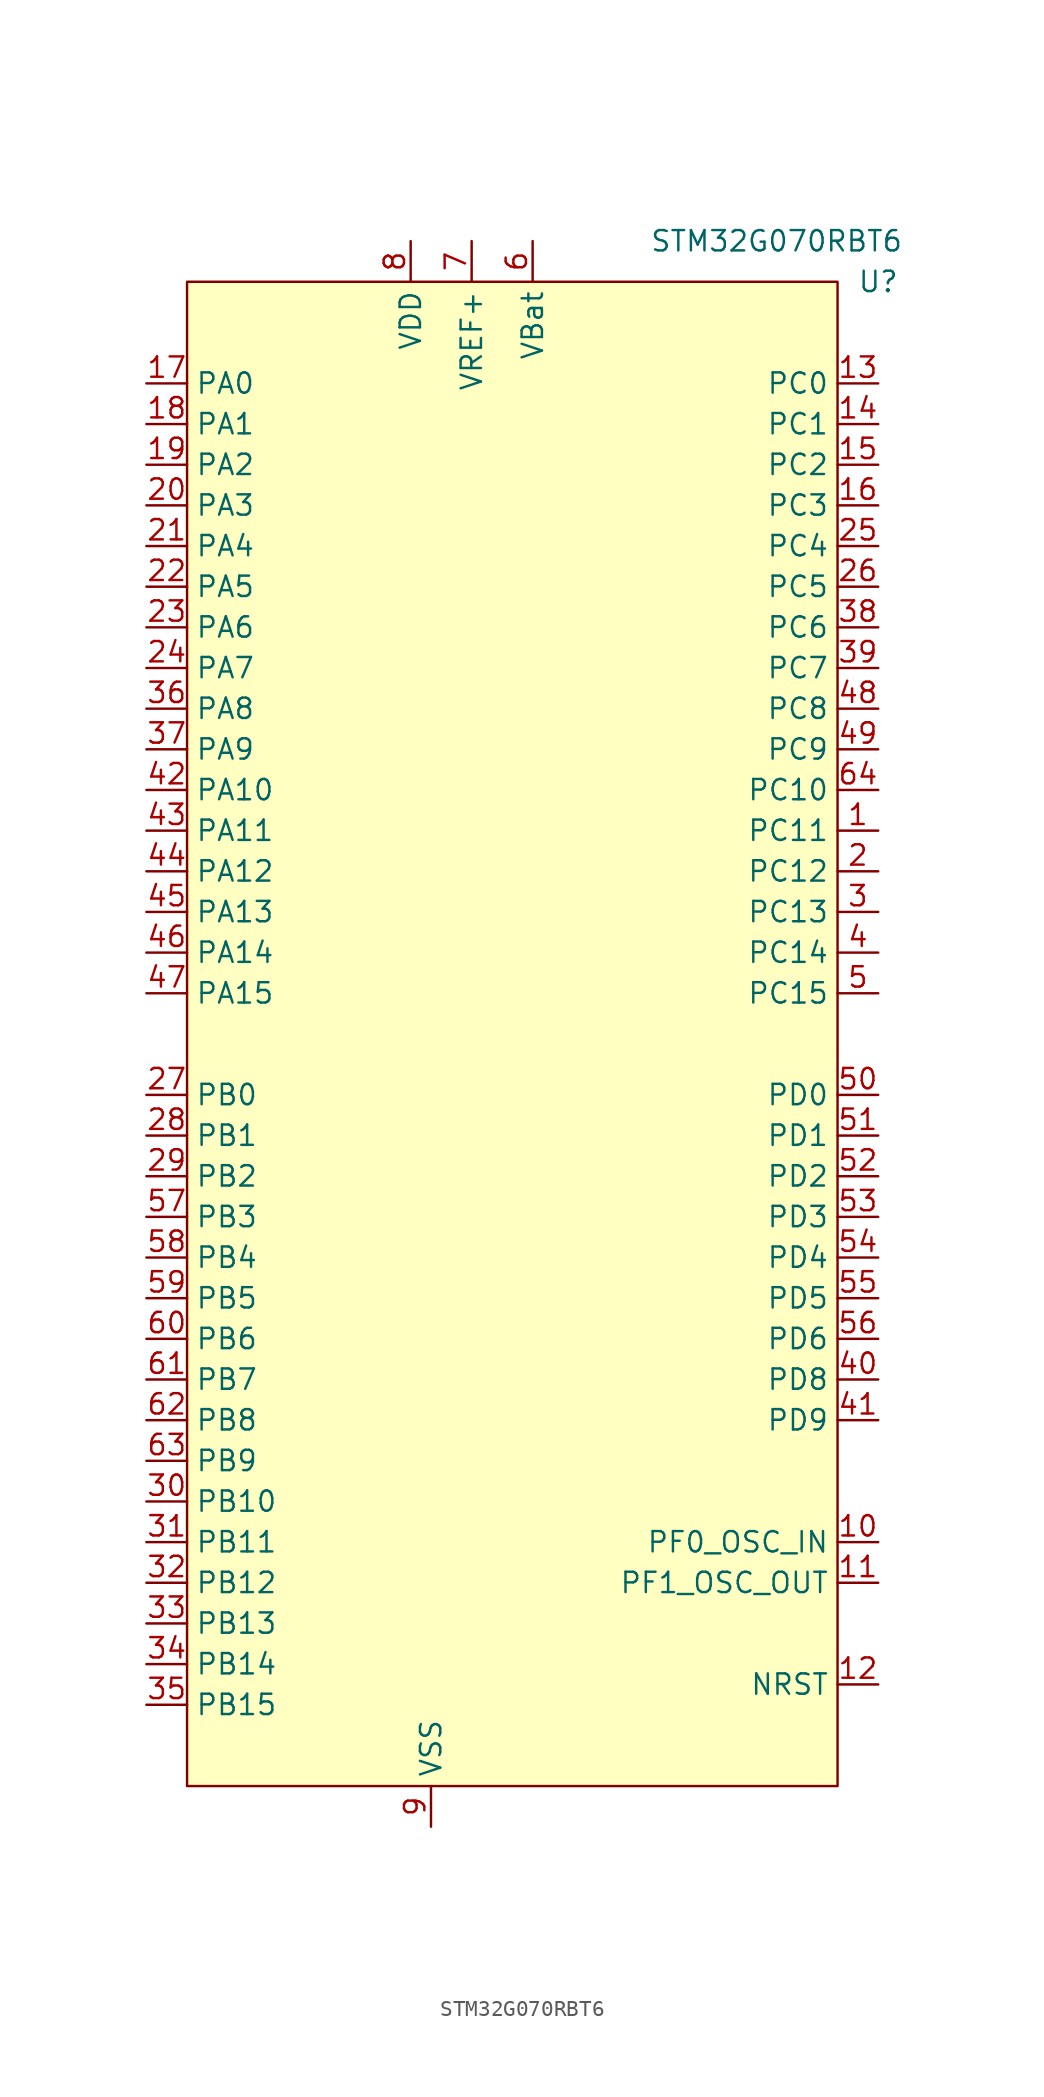
<source format=kicad_sym>
(kicad_symbol_lib
  (version 20211014)
  (generator kicad_symbol_editor)
  (symbol "STM32G070RBT6"
    (property "Reference" "U"
      (at -57.15 -24.13 0)
      (effects (font (size 1.27 1.27))))
    (property "Value" "STM32G070RBT6"
      (at -63.5 -21.59 0)
      (effects (font (size 1.27 1.27))))
    (symbol "STM32G070RBT6_0_1"
      (rectangle (start -100.33 -24.13) (end -59.69 -118.11) (stroke (width 0) (type default) (color 0 0 0 0)) (fill (type background))))
    (symbol "STM32G070RBT6_1_1"
      (pin bidirectional line (at -57.15 -58.42 180) (length 2.54) (name "PC11" (effects (font (size 1.27 1.27)))) (number "1" (effects (font (size 1.27 1.27)))))
      (pin bidirectional line (at -57.15 -102.87 180) (length 2.54) (name "PF0_OSC_IN" (effects (font (size 1.27 1.27)))) (number "10" (effects (font (size 1.27 1.27)))))
      (pin bidirectional line (at -57.15 -105.41 180) (length 2.54) (name "PF1_OSC_OUT" (effects (font (size 1.27 1.27)))) (number "11" (effects (font (size 1.27 1.27)))))
      (pin power_in line (at -57.15 -111.76 180) (length 2.54) (name "NRST" (effects (font (size 1.27 1.27)))) (number "12" (effects (font (size 1.27 1.27)))))
      (pin bidirectional line (at -57.15 -30.48 180) (length 2.54) (name "PC0" (effects (font (size 1.27 1.27)))) (number "13" (effects (font (size 1.27 1.27)))))
      (pin bidirectional line (at -57.15 -33.02 180) (length 2.54) (name "PC1" (effects (font (size 1.27 1.27)))) (number "14" (effects (font (size 1.27 1.27)))))
      (pin bidirectional line (at -57.15 -35.56 180) (length 2.54) (name "PC2" (effects (font (size 1.27 1.27)))) (number "15" (effects (font (size 1.27 1.27)))))
      (pin bidirectional line (at -57.15 -38.1 180) (length 2.54) (name "PC3" (effects (font (size 1.27 1.27)))) (number "16" (effects (font (size 1.27 1.27)))))
      (pin bidirectional line (at -102.87 -30.48 0) (length 2.54) (name "PA0" (effects (font (size 1.27 1.27)))) (number "17" (effects (font (size 1.27 1.27)))))
      (pin bidirectional line (at -102.87 -33.02 0) (length 2.54) (name "PA1" (effects (font (size 1.27 1.27)))) (number "18" (effects (font (size 1.27 1.27)))))
      (pin bidirectional line (at -102.87 -35.56 0) (length 2.54) (name "PA2" (effects (font (size 1.27 1.27)))) (number "19" (effects (font (size 1.27 1.27)))))
      (pin bidirectional line (at -57.15 -60.96 180) (length 2.54) (name "PC12" (effects (font (size 1.27 1.27)))) (number "2" (effects (font (size 1.27 1.27)))))
      (pin bidirectional line (at -102.87 -38.1 0) (length 2.54) (name "PA3" (effects (font (size 1.27 1.27)))) (number "20" (effects (font (size 1.27 1.27)))))
      (pin bidirectional line (at -102.87 -40.64 0) (length 2.54) (name "PA4" (effects (font (size 1.27 1.27)))) (number "21" (effects (font (size 1.27 1.27)))))
      (pin bidirectional line (at -102.87 -43.18 0) (length 2.54) (name "PA5" (effects (font (size 1.27 1.27)))) (number "22" (effects (font (size 1.27 1.27)))))
      (pin bidirectional line (at -102.87 -45.72 0) (length 2.54) (name "PA6" (effects (font (size 1.27 1.27)))) (number "23" (effects (font (size 1.27 1.27)))))
      (pin bidirectional line (at -102.87 -48.26 0) (length 2.54) (name "PA7" (effects (font (size 1.27 1.27)))) (number "24" (effects (font (size 1.27 1.27)))))
      (pin bidirectional line (at -57.15 -40.64 180) (length 2.54) (name "PC4" (effects (font (size 1.27 1.27)))) (number "25" (effects (font (size 1.27 1.27)))))
      (pin bidirectional line (at -57.15 -43.18 180) (length 2.54) (name "PC5" (effects (font (size 1.27 1.27)))) (number "26" (effects (font (size 1.27 1.27)))))
      (pin bidirectional line (at -102.87 -74.93 0) (length 2.54) (name "PB0" (effects (font (size 1.27 1.27)))) (number "27" (effects (font (size 1.27 1.27)))))
      (pin bidirectional line (at -102.87 -77.47 0) (length 2.54) (name "PB1" (effects (font (size 1.27 1.27)))) (number "28" (effects (font (size 1.27 1.27)))))
      (pin bidirectional line (at -102.87 -80.01 0) (length 2.54) (name "PB2" (effects (font (size 1.27 1.27)))) (number "29" (effects (font (size 1.27 1.27)))))
      (pin bidirectional line (at -57.15 -63.5 180) (length 2.54) (name "PC13" (effects (font (size 1.27 1.27)))) (number "3" (effects (font (size 1.27 1.27)))))
      (pin bidirectional line (at -102.87 -100.33 0) (length 2.54) (name "PB10" (effects (font (size 1.27 1.27)))) (number "30" (effects (font (size 1.27 1.27)))))
      (pin bidirectional line (at -102.87 -102.87 0) (length 2.54) (name "PB11" (effects (font (size 1.27 1.27)))) (number "31" (effects (font (size 1.27 1.27)))))
      (pin bidirectional line (at -102.87 -105.41 0) (length 2.54) (name "PB12" (effects (font (size 1.27 1.27)))) (number "32" (effects (font (size 1.27 1.27)))))
      (pin bidirectional line (at -102.87 -107.95 0) (length 2.54) (name "PB13" (effects (font (size 1.27 1.27)))) (number "33" (effects (font (size 1.27 1.27)))))
      (pin bidirectional line (at -102.87 -110.49 0) (length 2.54) (name "PB14" (effects (font (size 1.27 1.27)))) (number "34" (effects (font (size 1.27 1.27)))))
      (pin bidirectional line (at -102.87 -113.03 0) (length 2.54) (name "PB15" (effects (font (size 1.27 1.27)))) (number "35" (effects (font (size 1.27 1.27)))))
      (pin bidirectional line (at -102.87 -50.8 0) (length 2.54) (name "PA8" (effects (font (size 1.27 1.27)))) (number "36" (effects (font (size 1.27 1.27)))))
      (pin bidirectional line (at -102.87 -53.34 0) (length 2.54) (name "PA9" (effects (font (size 1.27 1.27)))) (number "37" (effects (font (size 1.27 1.27)))))
      (pin bidirectional line (at -57.15 -45.72 180) (length 2.54) (name "PC6" (effects (font (size 1.27 1.27)))) (number "38" (effects (font (size 1.27 1.27)))))
      (pin bidirectional line (at -57.15 -48.26 180) (length 2.54) (name "PC7" (effects (font (size 1.27 1.27)))) (number "39" (effects (font (size 1.27 1.27)))))
      (pin bidirectional line (at -57.15 -66.04 180) (length 2.54) (name "PC14" (effects (font (size 1.27 1.27)))) (number "4" (effects (font (size 1.27 1.27)))))
      (pin bidirectional line (at -57.15 -92.71 180) (length 2.54) (name "PD8" (effects (font (size 1.27 1.27)))) (number "40" (effects (font (size 1.27 1.27)))))
      (pin bidirectional line (at -57.15 -95.25 180) (length 2.54) (name "PD9" (effects (font (size 1.27 1.27)))) (number "41" (effects (font (size 1.27 1.27)))))
      (pin bidirectional line (at -102.87 -55.88 0) (length 2.54) (name "PA10" (effects (font (size 1.27 1.27)))) (number "42" (effects (font (size 1.27 1.27)))))
      (pin bidirectional line (at -102.87 -58.42 0) (length 2.54) (name "PA11" (effects (font (size 1.27 1.27)))) (number "43" (effects (font (size 1.27 1.27)))))
      (pin bidirectional line (at -102.87 -60.96 0) (length 2.54) (name "PA12" (effects (font (size 1.27 1.27)))) (number "44" (effects (font (size 1.27 1.27)))))
      (pin bidirectional line (at -102.87 -63.5 0) (length 2.54) (name "PA13" (effects (font (size 1.27 1.27)))) (number "45" (effects (font (size 1.27 1.27)))))
      (pin bidirectional line (at -102.87 -66.04 0) (length 2.54) (name "PA14" (effects (font (size 1.27 1.27)))) (number "46" (effects (font (size 1.27 1.27)))))
      (pin bidirectional line (at -102.87 -68.58 0) (length 2.54) (name "PA15" (effects (font (size 1.27 1.27)))) (number "47" (effects (font (size 1.27 1.27)))))
      (pin bidirectional line (at -57.15 -50.8 180) (length 2.54) (name "PC8" (effects (font (size 1.27 1.27)))) (number "48" (effects (font (size 1.27 1.27)))))
      (pin bidirectional line (at -57.15 -53.34 180) (length 2.54) (name "PC9" (effects (font (size 1.27 1.27)))) (number "49" (effects (font (size 1.27 1.27)))))
      (pin bidirectional line (at -57.15 -68.58 180) (length 2.54) (name "PC15" (effects (font (size 1.27 1.27)))) (number "5" (effects (font (size 1.27 1.27)))))
      (pin bidirectional line (at -57.15 -74.93 180) (length 2.54) (name "PD0" (effects (font (size 1.27 1.27)))) (number "50" (effects (font (size 1.27 1.27)))))
      (pin bidirectional line (at -57.15 -77.47 180) (length 2.54) (name "PD1" (effects (font (size 1.27 1.27)))) (number "51" (effects (font (size 1.27 1.27)))))
      (pin bidirectional line (at -57.15 -80.01 180) (length 2.54) (name "PD2" (effects (font (size 1.27 1.27)))) (number "52" (effects (font (size 1.27 1.27)))))
      (pin bidirectional line (at -57.15 -82.55 180) (length 2.54) (name "PD3" (effects (font (size 1.27 1.27)))) (number "53" (effects (font (size 1.27 1.27)))))
      (pin bidirectional line (at -57.15 -85.09 180) (length 2.54) (name "PD4" (effects (font (size 1.27 1.27)))) (number "54" (effects (font (size 1.27 1.27)))))
      (pin bidirectional line (at -57.15 -87.63 180) (length 2.54) (name "PD5" (effects (font (size 1.27 1.27)))) (number "55" (effects (font (size 1.27 1.27)))))
      (pin bidirectional line (at -57.15 -90.17 180) (length 2.54) (name "PD6" (effects (font (size 1.27 1.27)))) (number "56" (effects (font (size 1.27 1.27)))))
      (pin bidirectional line (at -102.87 -82.55 0) (length 2.54) (name "PB3" (effects (font (size 1.27 1.27)))) (number "57" (effects (font (size 1.27 1.27)))))
      (pin bidirectional line (at -102.87 -85.09 0) (length 2.54) (name "PB4" (effects (font (size 1.27 1.27)))) (number "58" (effects (font (size 1.27 1.27)))))
      (pin bidirectional line (at -102.87 -87.63 0) (length 2.54) (name "PB5" (effects (font (size 1.27 1.27)))) (number "59" (effects (font (size 1.27 1.27)))))
      (pin power_in line (at -78.74 -21.59 270) (length 2.54) (name "VBat" (effects (font (size 1.27 1.27)))) (number "6" (effects (font (size 1.27 1.27)))))
      (pin bidirectional line (at -102.87 -90.17 0) (length 2.54) (name "PB6" (effects (font (size 1.27 1.27)))) (number "60" (effects (font (size 1.27 1.27)))))
      (pin bidirectional line (at -102.87 -92.71 0) (length 2.54) (name "PB7" (effects (font (size 1.27 1.27)))) (number "61" (effects (font (size 1.27 1.27)))))
      (pin bidirectional line (at -102.87 -95.25 0) (length 2.54) (name "PB8" (effects (font (size 1.27 1.27)))) (number "62" (effects (font (size 1.27 1.27)))))
      (pin bidirectional line (at -102.87 -97.79 0) (length 2.54) (name "PB9" (effects (font (size 1.27 1.27)))) (number "63" (effects (font (size 1.27 1.27)))))
      (pin bidirectional line (at -57.15 -55.88 180) (length 2.54) (name "PC10" (effects (font (size 1.27 1.27)))) (number "64" (effects (font (size 1.27 1.27)))))
      (pin power_in line (at -82.55 -21.59 270) (length 2.54) (name "VREF+" (effects (font (size 1.27 1.27)))) (number "7" (effects (font (size 1.27 1.27)))))
      (pin power_in line (at -86.36 -21.59 270) (length 2.54) (name "VDD" (effects (font (size 1.27 1.27)))) (number "8" (effects (font (size 1.27 1.27)))))
      (pin power_in line (at -85.09 -120.65 90) (length 2.54) (name "VSS" (effects (font (size 1.27 1.27)))) (number "9" (effects (font (size 1.27 1.27))))))))
</source>
